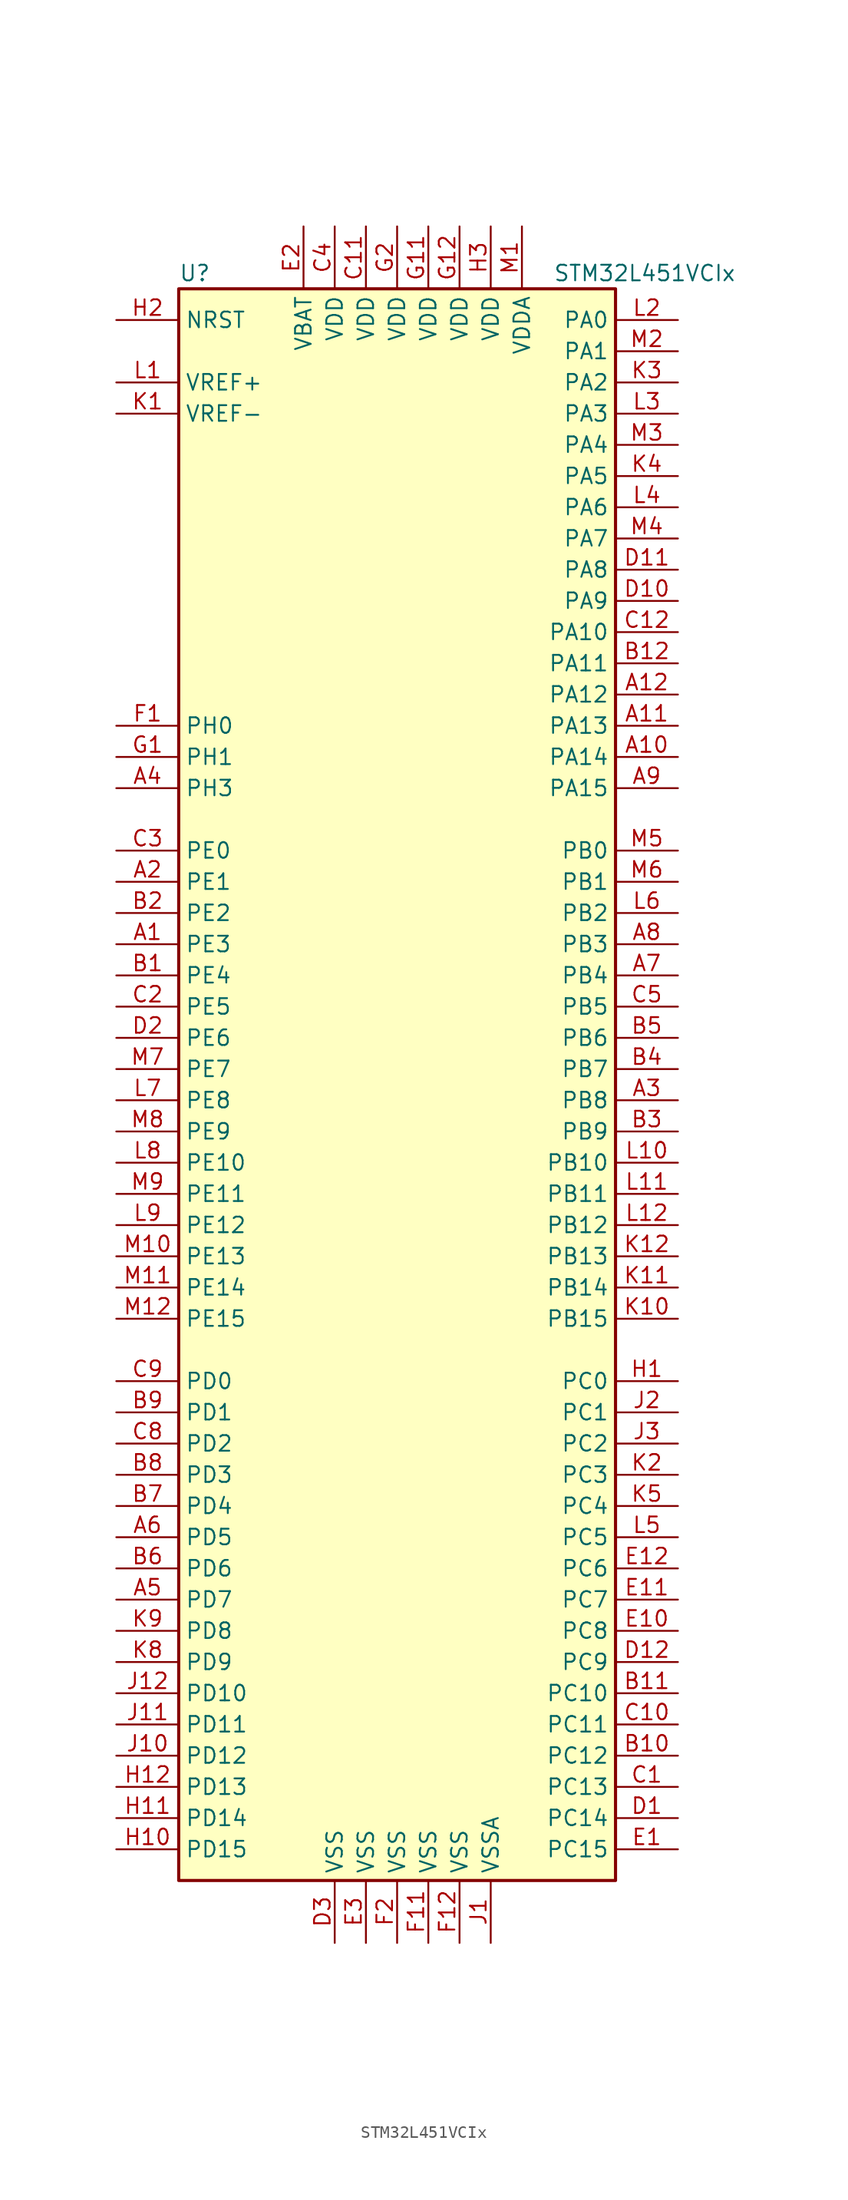
<source format=kicad_sym>
(kicad_symbol_lib
  (version 20201005)
  (generator kicad_symbol_editor)
  (symbol "MCU_ST_STM32L4:STM32L451VCIx"
    (property "Reference" "U"
      (at -17.78 64.77 0)
      (effects (font (size 1.27 1.27)) (justify left)))
    (property "Value" "STM32L451VCIx"
      (at 12.7 64.77 0)
      (effects (font (size 1.27 1.27)) (justify left)))
    (symbol "STM32L451VCIx_0_1"
      (rectangle (start -17.78 -66.04) (end 17.78 63.5) (stroke (width 0.254)) (fill (type background))))
    (symbol "STM32L451VCIx_1_1"
      (pin bidirectional line (at -22.86 10.16 0) (length 5.08) (name "PE3" (effects (font (size 1.27 1.27)))) (number "A1" (effects (font (size 1.27 1.27)))))
      (pin bidirectional line (at 22.86 25.4 180) (length 5.08) (name "PA14" (effects (font (size 1.27 1.27)))) (number "A10" (effects (font (size 1.27 1.27)))))
      (pin bidirectional line (at 22.86 27.94 180) (length 5.08) (name "PA13" (effects (font (size 1.27 1.27)))) (number "A11" (effects (font (size 1.27 1.27)))))
      (pin bidirectional line (at 22.86 30.48 180) (length 5.08) (name "PA12" (effects (font (size 1.27 1.27)))) (number "A12" (effects (font (size 1.27 1.27)))))
      (pin bidirectional line (at -22.86 15.24 0) (length 5.08) (name "PE1" (effects (font (size 1.27 1.27)))) (number "A2" (effects (font (size 1.27 1.27)))))
      (pin bidirectional line (at 22.86 -2.54 180) (length 5.08) (name "PB8" (effects (font (size 1.27 1.27)))) (number "A3" (effects (font (size 1.27 1.27)))))
      (pin bidirectional line (at -22.86 22.86 0) (length 5.08) (name "PH3" (effects (font (size 1.27 1.27)))) (number "A4" (effects (font (size 1.27 1.27)))))
      (pin bidirectional line (at -22.86 -43.18 0) (length 5.08) (name "PD7" (effects (font (size 1.27 1.27)))) (number "A5" (effects (font (size 1.27 1.27)))))
      (pin bidirectional line (at -22.86 -38.1 0) (length 5.08) (name "PD5" (effects (font (size 1.27 1.27)))) (number "A6" (effects (font (size 1.27 1.27)))))
      (pin bidirectional line (at 22.86 7.62 180) (length 5.08) (name "PB4" (effects (font (size 1.27 1.27)))) (number "A7" (effects (font (size 1.27 1.27)))))
      (pin bidirectional line (at 22.86 10.16 180) (length 5.08) (name "PB3" (effects (font (size 1.27 1.27)))) (number "A8" (effects (font (size 1.27 1.27)))))
      (pin bidirectional line (at 22.86 22.86 180) (length 5.08) (name "PA15" (effects (font (size 1.27 1.27)))) (number "A9" (effects (font (size 1.27 1.27)))))
      (pin bidirectional line (at -22.86 7.62 0) (length 5.08) (name "PE4" (effects (font (size 1.27 1.27)))) (number "B1" (effects (font (size 1.27 1.27)))))
      (pin bidirectional line (at 22.86 -55.88 180) (length 5.08) (name "PC12" (effects (font (size 1.27 1.27)))) (number "B10" (effects (font (size 1.27 1.27)))))
      (pin bidirectional line (at 22.86 -50.8 180) (length 5.08) (name "PC10" (effects (font (size 1.27 1.27)))) (number "B11" (effects (font (size 1.27 1.27)))))
      (pin bidirectional line (at 22.86 33.02 180) (length 5.08) (name "PA11" (effects (font (size 1.27 1.27)))) (number "B12" (effects (font (size 1.27 1.27)))))
      (pin bidirectional line (at -22.86 12.7 0) (length 5.08) (name "PE2" (effects (font (size 1.27 1.27)))) (number "B2" (effects (font (size 1.27 1.27)))))
      (pin bidirectional line (at 22.86 -5.08 180) (length 5.08) (name "PB9" (effects (font (size 1.27 1.27)))) (number "B3" (effects (font (size 1.27 1.27)))))
      (pin bidirectional line (at 22.86 0 180) (length 5.08) (name "PB7" (effects (font (size 1.27 1.27)))) (number "B4" (effects (font (size 1.27 1.27)))))
      (pin bidirectional line (at 22.86 2.54 180) (length 5.08) (name "PB6" (effects (font (size 1.27 1.27)))) (number "B5" (effects (font (size 1.27 1.27)))))
      (pin bidirectional line (at -22.86 -40.64 0) (length 5.08) (name "PD6" (effects (font (size 1.27 1.27)))) (number "B6" (effects (font (size 1.27 1.27)))))
      (pin bidirectional line (at -22.86 -35.56 0) (length 5.08) (name "PD4" (effects (font (size 1.27 1.27)))) (number "B7" (effects (font (size 1.27 1.27)))))
      (pin bidirectional line (at -22.86 -33.02 0) (length 5.08) (name "PD3" (effects (font (size 1.27 1.27)))) (number "B8" (effects (font (size 1.27 1.27)))))
      (pin bidirectional line (at -22.86 -27.94 0) (length 5.08) (name "PD1" (effects (font (size 1.27 1.27)))) (number "B9" (effects (font (size 1.27 1.27)))))
      (pin bidirectional line (at 22.86 -58.42 180) (length 5.08) (name "PC13" (effects (font (size 1.27 1.27)))) (number "C1" (effects (font (size 1.27 1.27)))))
      (pin bidirectional line (at 22.86 -53.34 180) (length 5.08) (name "PC11" (effects (font (size 1.27 1.27)))) (number "C10" (effects (font (size 1.27 1.27)))))
      (pin power_in line (at -2.54 68.58 270) (length 5.08) (name "VDD" (effects (font (size 1.27 1.27)))) (number "C11" (effects (font (size 1.27 1.27)))))
      (pin bidirectional line (at 22.86 35.56 180) (length 5.08) (name "PA10" (effects (font (size 1.27 1.27)))) (number "C12" (effects (font (size 1.27 1.27)))))
      (pin bidirectional line (at -22.86 5.08 0) (length 5.08) (name "PE5" (effects (font (size 1.27 1.27)))) (number "C2" (effects (font (size 1.27 1.27)))))
      (pin bidirectional line (at -22.86 17.78 0) (length 5.08) (name "PE0" (effects (font (size 1.27 1.27)))) (number "C3" (effects (font (size 1.27 1.27)))))
      (pin power_in line (at -5.08 68.58 270) (length 5.08) (name "VDD" (effects (font (size 1.27 1.27)))) (number "C4" (effects (font (size 1.27 1.27)))))
      (pin bidirectional line (at 22.86 5.08 180) (length 5.08) (name "PB5" (effects (font (size 1.27 1.27)))) (number "C5" (effects (font (size 1.27 1.27)))))
      (pin bidirectional line (at -22.86 -30.48 0) (length 5.08) (name "PD2" (effects (font (size 1.27 1.27)))) (number "C8" (effects (font (size 1.27 1.27)))))
      (pin bidirectional line (at -22.86 -25.4 0) (length 5.08) (name "PD0" (effects (font (size 1.27 1.27)))) (number "C9" (effects (font (size 1.27 1.27)))))
      (pin bidirectional line (at 22.86 -60.96 180) (length 5.08) (name "PC14" (effects (font (size 1.27 1.27)))) (number "D1" (effects (font (size 1.27 1.27)))))
      (pin bidirectional line (at 22.86 38.1 180) (length 5.08) (name "PA9" (effects (font (size 1.27 1.27)))) (number "D10" (effects (font (size 1.27 1.27)))))
      (pin bidirectional line (at 22.86 40.64 180) (length 5.08) (name "PA8" (effects (font (size 1.27 1.27)))) (number "D11" (effects (font (size 1.27 1.27)))))
      (pin bidirectional line (at 22.86 -48.26 180) (length 5.08) (name "PC9" (effects (font (size 1.27 1.27)))) (number "D12" (effects (font (size 1.27 1.27)))))
      (pin bidirectional line (at -22.86 2.54 0) (length 5.08) (name "PE6" (effects (font (size 1.27 1.27)))) (number "D2" (effects (font (size 1.27 1.27)))))
      (pin power_in line (at -5.08 -71.12 90) (length 5.08) (name "VSS" (effects (font (size 1.27 1.27)))) (number "D3" (effects (font (size 1.27 1.27)))))
      (pin bidirectional line (at 22.86 -63.5 180) (length 5.08) (name "PC15" (effects (font (size 1.27 1.27)))) (number "E1" (effects (font (size 1.27 1.27)))))
      (pin bidirectional line (at 22.86 -45.72 180) (length 5.08) (name "PC8" (effects (font (size 1.27 1.27)))) (number "E10" (effects (font (size 1.27 1.27)))))
      (pin bidirectional line (at 22.86 -43.18 180) (length 5.08) (name "PC7" (effects (font (size 1.27 1.27)))) (number "E11" (effects (font (size 1.27 1.27)))))
      (pin bidirectional line (at 22.86 -40.64 180) (length 5.08) (name "PC6" (effects (font (size 1.27 1.27)))) (number "E12" (effects (font (size 1.27 1.27)))))
      (pin power_in line (at -7.62 68.58 270) (length 5.08) (name "VBAT" (effects (font (size 1.27 1.27)))) (number "E2" (effects (font (size 1.27 1.27)))))
      (pin power_in line (at -2.54 -71.12 90) (length 5.08) (name "VSS" (effects (font (size 1.27 1.27)))) (number "E3" (effects (font (size 1.27 1.27)))))
      (pin input line (at -22.86 27.94 0) (length 5.08) (name "PH0" (effects (font (size 1.27 1.27)))) (number "F1" (effects (font (size 1.27 1.27)))))
      (pin power_in line (at 2.54 -71.12 90) (length 5.08) (name "VSS" (effects (font (size 1.27 1.27)))) (number "F11" (effects (font (size 1.27 1.27)))))
      (pin power_in line (at 5.08 -71.12 90) (length 5.08) (name "VSS" (effects (font (size 1.27 1.27)))) (number "F12" (effects (font (size 1.27 1.27)))))
      (pin power_in line (at 0 -71.12 90) (length 5.08) (name "VSS" (effects (font (size 1.27 1.27)))) (number "F2" (effects (font (size 1.27 1.27)))))
      (pin input line (at -22.86 25.4 0) (length 5.08) (name "PH1" (effects (font (size 1.27 1.27)))) (number "G1" (effects (font (size 1.27 1.27)))))
      (pin power_in line (at 2.54 68.58 270) (length 5.08) (name "VDD" (effects (font (size 1.27 1.27)))) (number "G11" (effects (font (size 1.27 1.27)))))
      (pin power_in line (at 5.08 68.58 270) (length 5.08) (name "VDD" (effects (font (size 1.27 1.27)))) (number "G12" (effects (font (size 1.27 1.27)))))
      (pin power_in line (at 0 68.58 270) (length 5.08) (name "VDD" (effects (font (size 1.27 1.27)))) (number "G2" (effects (font (size 1.27 1.27)))))
      (pin bidirectional line (at 22.86 -25.4 180) (length 5.08) (name "PC0" (effects (font (size 1.27 1.27)))) (number "H1" (effects (font (size 1.27 1.27)))))
      (pin bidirectional line (at -22.86 -63.5 0) (length 5.08) (name "PD15" (effects (font (size 1.27 1.27)))) (number "H10" (effects (font (size 1.27 1.27)))))
      (pin bidirectional line (at -22.86 -60.96 0) (length 5.08) (name "PD14" (effects (font (size 1.27 1.27)))) (number "H11" (effects (font (size 1.27 1.27)))))
      (pin bidirectional line (at -22.86 -58.42 0) (length 5.08) (name "PD13" (effects (font (size 1.27 1.27)))) (number "H12" (effects (font (size 1.27 1.27)))))
      (pin input line (at -22.86 60.96 0) (length 5.08) (name "NRST" (effects (font (size 1.27 1.27)))) (number "H2" (effects (font (size 1.27 1.27)))))
      (pin power_in line (at 7.62 68.58 270) (length 5.08) (name "VDD" (effects (font (size 1.27 1.27)))) (number "H3" (effects (font (size 1.27 1.27)))))
      (pin power_in line (at 7.62 -71.12 90) (length 5.08) (name "VSSA" (effects (font (size 1.27 1.27)))) (number "J1" (effects (font (size 1.27 1.27)))))
      (pin bidirectional line (at -22.86 -55.88 0) (length 5.08) (name "PD12" (effects (font (size 1.27 1.27)))) (number "J10" (effects (font (size 1.27 1.27)))))
      (pin bidirectional line (at -22.86 -53.34 0) (length 5.08) (name "PD11" (effects (font (size 1.27 1.27)))) (number "J11" (effects (font (size 1.27 1.27)))))
      (pin bidirectional line (at -22.86 -50.8 0) (length 5.08) (name "PD10" (effects (font (size 1.27 1.27)))) (number "J12" (effects (font (size 1.27 1.27)))))
      (pin bidirectional line (at 22.86 -27.94 180) (length 5.08) (name "PC1" (effects (font (size 1.27 1.27)))) (number "J2" (effects (font (size 1.27 1.27)))))
      (pin bidirectional line (at 22.86 -30.48 180) (length 5.08) (name "PC2" (effects (font (size 1.27 1.27)))) (number "J3" (effects (font (size 1.27 1.27)))))
      (pin power_in line (at -22.86 53.34 0) (length 5.08) (name "VREF-" (effects (font (size 1.27 1.27)))) (number "K1" (effects (font (size 1.27 1.27)))))
      (pin bidirectional line (at 22.86 -20.32 180) (length 5.08) (name "PB15" (effects (font (size 1.27 1.27)))) (number "K10" (effects (font (size 1.27 1.27)))))
      (pin bidirectional line (at 22.86 -17.78 180) (length 5.08) (name "PB14" (effects (font (size 1.27 1.27)))) (number "K11" (effects (font (size 1.27 1.27)))))
      (pin bidirectional line (at 22.86 -15.24 180) (length 5.08) (name "PB13" (effects (font (size 1.27 1.27)))) (number "K12" (effects (font (size 1.27 1.27)))))
      (pin bidirectional line (at 22.86 -33.02 180) (length 5.08) (name "PC3" (effects (font (size 1.27 1.27)))) (number "K2" (effects (font (size 1.27 1.27)))))
      (pin bidirectional line (at 22.86 55.88 180) (length 5.08) (name "PA2" (effects (font (size 1.27 1.27)))) (number "K3" (effects (font (size 1.27 1.27)))))
      (pin bidirectional line (at 22.86 48.26 180) (length 5.08) (name "PA5" (effects (font (size 1.27 1.27)))) (number "K4" (effects (font (size 1.27 1.27)))))
      (pin bidirectional line (at 22.86 -35.56 180) (length 5.08) (name "PC4" (effects (font (size 1.27 1.27)))) (number "K5" (effects (font (size 1.27 1.27)))))
      (pin bidirectional line (at -22.86 -48.26 0) (length 5.08) (name "PD9" (effects (font (size 1.27 1.27)))) (number "K8" (effects (font (size 1.27 1.27)))))
      (pin bidirectional line (at -22.86 -45.72 0) (length 5.08) (name "PD8" (effects (font (size 1.27 1.27)))) (number "K9" (effects (font (size 1.27 1.27)))))
      (pin bidirectional line (at -22.86 55.88 0) (length 5.08) (name "VREF+" (effects (font (size 1.27 1.27)))) (number "L1" (effects (font (size 1.27 1.27)))))
      (pin bidirectional line (at 22.86 -7.62 180) (length 5.08) (name "PB10" (effects (font (size 1.27 1.27)))) (number "L10" (effects (font (size 1.27 1.27)))))
      (pin bidirectional line (at 22.86 -10.16 180) (length 5.08) (name "PB11" (effects (font (size 1.27 1.27)))) (number "L11" (effects (font (size 1.27 1.27)))))
      (pin bidirectional line (at 22.86 -12.7 180) (length 5.08) (name "PB12" (effects (font (size 1.27 1.27)))) (number "L12" (effects (font (size 1.27 1.27)))))
      (pin bidirectional line (at 22.86 60.96 180) (length 5.08) (name "PA0" (effects (font (size 1.27 1.27)))) (number "L2" (effects (font (size 1.27 1.27)))))
      (pin bidirectional line (at 22.86 53.34 180) (length 5.08) (name "PA3" (effects (font (size 1.27 1.27)))) (number "L3" (effects (font (size 1.27 1.27)))))
      (pin bidirectional line (at 22.86 45.72 180) (length 5.08) (name "PA6" (effects (font (size 1.27 1.27)))) (number "L4" (effects (font (size 1.27 1.27)))))
      (pin bidirectional line (at 22.86 -38.1 180) (length 5.08) (name "PC5" (effects (font (size 1.27 1.27)))) (number "L5" (effects (font (size 1.27 1.27)))))
      (pin bidirectional line (at 22.86 12.7 180) (length 5.08) (name "PB2" (effects (font (size 1.27 1.27)))) (number "L6" (effects (font (size 1.27 1.27)))))
      (pin bidirectional line (at -22.86 -2.54 0) (length 5.08) (name "PE8" (effects (font (size 1.27 1.27)))) (number "L7" (effects (font (size 1.27 1.27)))))
      (pin bidirectional line (at -22.86 -7.62 0) (length 5.08) (name "PE10" (effects (font (size 1.27 1.27)))) (number "L8" (effects (font (size 1.27 1.27)))))
      (pin bidirectional line (at -22.86 -12.7 0) (length 5.08) (name "PE12" (effects (font (size 1.27 1.27)))) (number "L9" (effects (font (size 1.27 1.27)))))
      (pin power_in line (at 10.16 68.58 270) (length 5.08) (name "VDDA" (effects (font (size 1.27 1.27)))) (number "M1" (effects (font (size 1.27 1.27)))))
      (pin bidirectional line (at -22.86 -15.24 0) (length 5.08) (name "PE13" (effects (font (size 1.27 1.27)))) (number "M10" (effects (font (size 1.27 1.27)))))
      (pin bidirectional line (at -22.86 -17.78 0) (length 5.08) (name "PE14" (effects (font (size 1.27 1.27)))) (number "M11" (effects (font (size 1.27 1.27)))))
      (pin bidirectional line (at -22.86 -20.32 0) (length 5.08) (name "PE15" (effects (font (size 1.27 1.27)))) (number "M12" (effects (font (size 1.27 1.27)))))
      (pin bidirectional line (at 22.86 58.42 180) (length 5.08) (name "PA1" (effects (font (size 1.27 1.27)))) (number "M2" (effects (font (size 1.27 1.27)))))
      (pin bidirectional line (at 22.86 50.8 180) (length 5.08) (name "PA4" (effects (font (size 1.27 1.27)))) (number "M3" (effects (font (size 1.27 1.27)))))
      (pin bidirectional line (at 22.86 43.18 180) (length 5.08) (name "PA7" (effects (font (size 1.27 1.27)))) (number "M4" (effects (font (size 1.27 1.27)))))
      (pin bidirectional line (at 22.86 17.78 180) (length 5.08) (name "PB0" (effects (font (size 1.27 1.27)))) (number "M5" (effects (font (size 1.27 1.27)))))
      (pin bidirectional line (at 22.86 15.24 180) (length 5.08) (name "PB1" (effects (font (size 1.27 1.27)))) (number "M6" (effects (font (size 1.27 1.27)))))
      (pin bidirectional line (at -22.86 0 0) (length 5.08) (name "PE7" (effects (font (size 1.27 1.27)))) (number "M7" (effects (font (size 1.27 1.27)))))
      (pin bidirectional line (at -22.86 -5.08 0) (length 5.08) (name "PE9" (effects (font (size 1.27 1.27)))) (number "M8" (effects (font (size 1.27 1.27)))))
      (pin bidirectional line (at -22.86 -10.16 0) (length 5.08) (name "PE11" (effects (font (size 1.27 1.27)))) (number "M9" (effects (font (size 1.27 1.27))))))))
</source>
